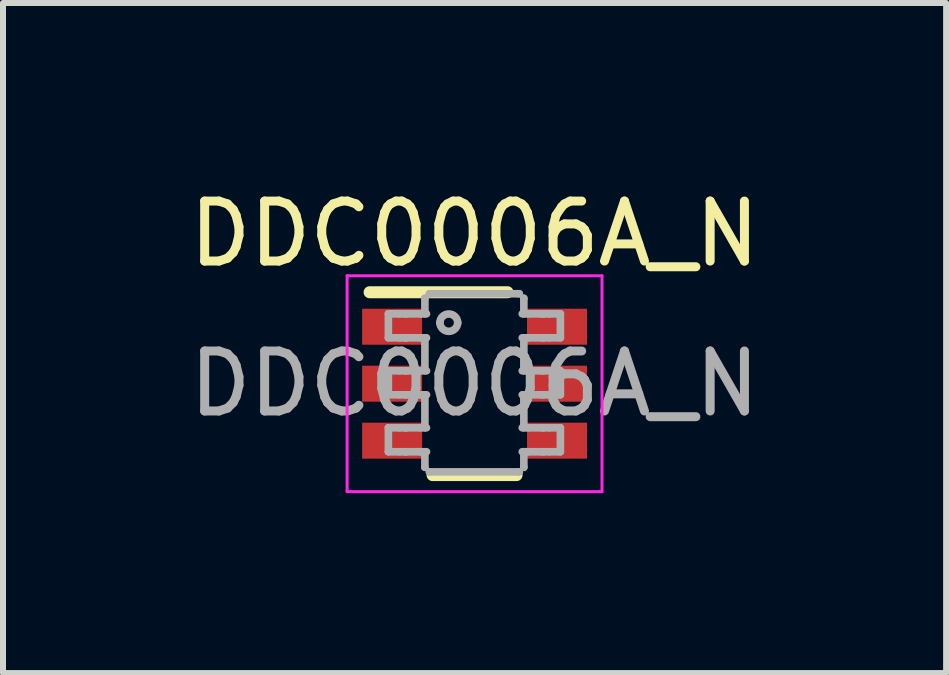
<source format=kicad_pcb>
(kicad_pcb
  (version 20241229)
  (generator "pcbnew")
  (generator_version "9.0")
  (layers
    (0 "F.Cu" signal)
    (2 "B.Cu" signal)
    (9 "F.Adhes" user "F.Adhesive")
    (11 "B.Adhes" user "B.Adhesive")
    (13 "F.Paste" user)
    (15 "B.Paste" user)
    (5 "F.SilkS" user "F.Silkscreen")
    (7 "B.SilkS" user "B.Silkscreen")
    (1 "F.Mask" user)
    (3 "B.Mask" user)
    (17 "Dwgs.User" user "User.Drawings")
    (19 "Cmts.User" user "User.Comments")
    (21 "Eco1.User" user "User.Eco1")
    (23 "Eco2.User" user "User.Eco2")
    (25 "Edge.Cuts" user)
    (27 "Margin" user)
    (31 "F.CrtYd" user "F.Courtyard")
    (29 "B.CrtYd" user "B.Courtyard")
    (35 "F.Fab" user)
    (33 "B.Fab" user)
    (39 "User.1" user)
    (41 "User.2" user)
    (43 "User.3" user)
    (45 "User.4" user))
  (footprint "DDC0006A_N"
    (layer "F.Cu")
    (at 4.863 3.348)
    (property "Reference" "DDC0006A_N" (at 0 -2.5 0) (unlocked yes) (layer "F.SilkS") (effects (font (size 1 1) (thickness 0.15))))
    (attr smd)
    (fp_line (start -1.75 -1.525) (end 0.55 -1.525) (stroke (width 0.2) (type solid)) (layer "F.SilkS"))
    (fp_line (start -0.7 1.524) (end 0.7 1.524) (stroke (width 0.2) (type solid)) (layer "F.SilkS"))
    (fp_line (start -2.125 -1.8) (end 2.125 -1.8) (stroke (width 0.05) (type solid)) (layer "F.CrtYd"))
    (fp_line (start -2.125 1.8) (end -2.125 -1.8) (stroke (width 0.05) (type solid)) (layer "F.CrtYd"))
    (fp_line (start -2.125 1.8) (end 2.125 1.8) (stroke (width 0.05) (type solid)) (layer "F.CrtYd"))
    (fp_line (start 2.125 1.8) (end 2.125 -1.8) (stroke (width 0.05) (type solid)) (layer "F.CrtYd"))
    (fp_line (start -1.437 -1.165) (end -1.251 -1.165) (stroke (width 0.127) (type solid)) (layer "F.Fab"))
    (fp_line (start -1.437 -0.765) (end -1.437 -1.165) (stroke (width 0.127) (type solid)) (layer "F.Fab"))
    (fp_line (start -1.437 -0.765) (end -1.251 -0.765) (stroke (width 0.127) (type solid)) (layer "F.Fab"))
    (fp_line (start -1.437 -0.215) (end -1.251 -0.215) (stroke (width 0.127) (type solid)) (layer "F.Fab"))
    (fp_line (start -1.437 0.185) (end -1.437 -0.215) (stroke (width 0.127) (type solid)) (layer "F.Fab"))
    (fp_line (start -1.437 0.185) (end -1.251 0.185) (stroke (width 0.127) (type solid)) (layer "F.Fab"))
    (fp_line (start -1.437 0.735) (end -1.251 0.735) (stroke (width 0.127) (type solid)) (layer "F.Fab"))
    (fp_line (start -1.437 1.135) (end -1.437 0.735) (stroke (width 0.127) (type solid)) (layer "F.Fab"))
    (fp_line (start -1.437 1.135) (end -1.251 1.135) (stroke (width 0.127) (type solid)) (layer "F.Fab"))
    (fp_line (start -1.251 -1.165) (end -1.159 -1.165) (stroke (width 0.127) (type solid)) (layer "F.Fab"))
    (fp_line (start -1.251 -0.765) (end -1.159 -0.765) (stroke (width 0.127) (type solid)) (layer "F.Fab"))
    (fp_line (start -1.251 -0.215) (end -1.159 -0.215) (stroke (width 0.127) (type solid)) (layer "F.Fab"))
    (fp_line (start -1.251 0.185) (end -1.159 0.185) (stroke (width 0.127) (type solid)) (layer "F.Fab"))
    (fp_line (start -1.251 0.735) (end -1.159 0.735) (stroke (width 0.127) (type solid)) (layer "F.Fab"))
    (fp_line (start -1.251 1.135) (end -1.159 1.135) (stroke (width 0.127) (type solid)) (layer "F.Fab"))
    (fp_line (start -1.159 -1.165) (end -1.128 -1.165) (stroke (width 0.127) (type solid)) (layer "F.Fab"))
    (fp_line (start -1.159 -0.765) (end -1.128 -0.765) (stroke (width 0.127) (type solid)) (layer "F.Fab"))
    (fp_line (start -1.159 -0.215) (end -1.128 -0.215) (stroke (width 0.127) (type solid)) (layer "F.Fab"))
    (fp_line (start -1.159 0.185) (end -1.128 0.185) (stroke (width 0.127) (type solid)) (layer "F.Fab"))
    (fp_line (start -1.159 0.735) (end -1.128 0.735) (stroke (width 0.127) (type solid)) (layer "F.Fab"))
    (fp_line (start -1.159 1.135) (end -1.128 1.135) (stroke (width 0.127) (type solid)) (layer "F.Fab"))
    (fp_line (start -1.128 -1.165) (end -0.903 -1.165) (stroke (width 0.127) (type solid)) (layer "F.Fab"))
    (fp_line (start -1.128 -0.765) (end -0.903 -0.765) (stroke (width 0.127) (type solid)) (layer "F.Fab"))
    (fp_line (start -1.128 -0.215) (end -0.903 -0.215) (stroke (width 0.127) (type solid)) (layer "F.Fab"))
    (fp_line (start -1.128 0.185) (end -0.903 0.185) (stroke (width 0.127) (type solid)) (layer "F.Fab"))
    (fp_line (start -1.128 0.735) (end -0.903 0.735) (stroke (width 0.127) (type solid)) (layer "F.Fab"))
    (fp_line (start -1.128 1.135) (end -0.903 1.135) (stroke (width 0.127) (type solid)) (layer "F.Fab"))
    (fp_line (start -0.903 -1.165) (end -0.801 -1.165) (stroke (width 0.127) (type solid)) (layer "F.Fab"))
    (fp_line (start -0.903 -0.765) (end -0.801 -0.765) (stroke (width 0.127) (type solid)) (layer "F.Fab"))
    (fp_line (start -0.903 -0.215) (end -0.801 -0.215) (stroke (width 0.127) (type solid)) (layer "F.Fab"))
    (fp_line (start -0.903 0.185) (end -0.801 0.185) (stroke (width 0.127) (type solid)) (layer "F.Fab"))
    (fp_line (start -0.903 0.735) (end -0.801 0.735) (stroke (width 0.127) (type solid)) (layer "F.Fab"))
    (fp_line (start -0.903 1.135) (end -0.801 1.135) (stroke (width 0.127) (type solid)) (layer "F.Fab"))
    (fp_line (start -0.828 -1.422) (end -0.828 -1.426) (stroke (width 0.127) (type solid)) (layer "F.Fab"))
    (fp_line (start -0.828 -1.165) (end -0.828 -1.422) (stroke (width 0.127) (type solid)) (layer "F.Fab"))
    (fp_line (start -0.828 -0.215) (end -0.828 -0.765) (stroke (width 0.127) (type solid)) (layer "F.Fab"))
    (fp_line (start -0.828 0.735) (end -0.828 0.185) (stroke (width 0.127) (type solid)) (layer "F.Fab"))
    (fp_line (start -0.828 1.392) (end -0.828 1.135) (stroke (width 0.127) (type solid)) (layer "F.Fab"))
    (fp_line (start -0.828 1.395) (end -0.828 1.392) (stroke (width 0.127) (type solid)) (layer "F.Fab"))
    (fp_line (start -0.754 -1.5) (end -0.75 -1.5) (stroke (width 0.127) (type solid)) (layer "F.Fab"))
    (fp_line (start -0.754 1.47) (end -0.75 1.47) (stroke (width 0.127) (type solid)) (layer "F.Fab"))
    (fp_line (start -0.75 -1.5) (end 0.743 -1.5) (stroke (width 0.127) (type solid)) (layer "F.Fab"))
    (fp_line (start -0.75 1.47) (end 0.743 1.47) (stroke (width 0.127) (type solid)) (layer "F.Fab"))
    (fp_line (start 0.743 -1.5) (end 0.747 -1.5) (stroke (width 0.127) (type solid)) (layer "F.Fab"))
    (fp_line (start 0.743 1.47) (end 0.747 1.47) (stroke (width 0.127) (type solid)) (layer "F.Fab"))
    (fp_line (start 0.795 -1.165) (end 0.896 -1.165) (stroke (width 0.127) (type solid)) (layer "F.Fab"))
    (fp_line (start 0.795 -0.765) (end 0.896 -0.765) (stroke (width 0.127) (type solid)) (layer "F.Fab"))
    (fp_line (start 0.795 -0.215) (end 0.896 -0.215) (stroke (width 0.127) (type solid)) (layer "F.Fab"))
    (fp_line (start 0.795 0.185) (end 0.896 0.185) (stroke (width 0.127) (type solid)) (layer "F.Fab"))
    (fp_line (start 0.795 0.735) (end 0.896 0.735) (stroke (width 0.127) (type solid)) (layer "F.Fab"))
    (fp_line (start 0.795 1.135) (end 0.896 1.135) (stroke (width 0.127) (type solid)) (layer "F.Fab"))
    (fp_line (start 0.822 -1.422) (end 0.822 -1.426) (stroke (width 0.127) (type solid)) (layer "F.Fab"))
    (fp_line (start 0.822 -1.165) (end 0.822 -1.422) (stroke (width 0.127) (type solid)) (layer "F.Fab"))
    (fp_line (start 0.822 -0.215) (end 0.822 -0.765) (stroke (width 0.127) (type solid)) (layer "F.Fab"))
    (fp_line (start 0.822 0.735) (end 0.822 0.185) (stroke (width 0.127) (type solid)) (layer "F.Fab"))
    (fp_line (start 0.822 1.392) (end 0.822 1.135) (stroke (width 0.127) (type solid)) (layer "F.Fab"))
    (fp_line (start 0.822 1.395) (end 0.822 1.392) (stroke (width 0.127) (type solid)) (layer "F.Fab"))
    (fp_line (start 0.896 -1.165) (end 1.122 -1.165) (stroke (width 0.127) (type solid)) (layer "F.Fab"))
    (fp_line (start 0.896 -0.765) (end 1.122 -0.765) (stroke (width 0.127) (type solid)) (layer "F.Fab"))
    (fp_line (start 0.896 -0.215) (end 1.122 -0.215) (stroke (width 0.127) (type solid)) (layer "F.Fab"))
    (fp_line (start 0.896 0.185) (end 1.122 0.185) (stroke (width 0.127) (type solid)) (layer "F.Fab"))
    (fp_line (start 0.896 0.735) (end 1.122 0.735) (stroke (width 0.127) (type solid)) (layer "F.Fab"))
    (fp_line (start 0.896 1.135) (end 1.122 1.135) (stroke (width 0.127) (type solid)) (layer "F.Fab"))
    (fp_line (start 1.122 -1.165) (end 1.152 -1.165) (stroke (width 0.127) (type solid)) (layer "F.Fab"))
    (fp_line (start 1.122 -0.765) (end 1.152 -0.765) (stroke (width 0.127) (type solid)) (layer "F.Fab"))
    (fp_line (start 1.122 -0.215) (end 1.152 -0.215) (stroke (width 0.127) (type solid)) (layer "F.Fab"))
    (fp_line (start 1.122 0.185) (end 1.152 0.185) (stroke (width 0.127) (type solid)) (layer "F.Fab"))
    (fp_line (start 1.122 0.735) (end 1.152 0.735) (stroke (width 0.127) (type solid)) (layer "F.Fab"))
    (fp_line (start 1.122 1.135) (end 1.152 1.135) (stroke (width 0.127) (type solid)) (layer "F.Fab"))
    (fp_line (start 1.152 -1.165) (end 1.245 -1.165) (stroke (width 0.127) (type solid)) (layer "F.Fab"))
    (fp_line (start 1.152 -0.765) (end 1.245 -0.765) (stroke (width 0.127) (type solid)) (layer "F.Fab"))
    (fp_line (start 1.152 -0.215) (end 1.245 -0.215) (stroke (width 0.127) (type solid)) (layer "F.Fab"))
    (fp_line (start 1.152 0.185) (end 1.245 0.185) (stroke (width 0.127) (type solid)) (layer "F.Fab"))
    (fp_line (start 1.152 0.735) (end 1.245 0.735) (stroke (width 0.127) (type solid)) (layer "F.Fab"))
    (fp_line (start 1.152 1.135) (end 1.245 1.135) (stroke (width 0.127) (type solid)) (layer "F.Fab"))
    (fp_line (start 1.245 -1.165) (end 1.431 -1.165) (stroke (width 0.127) (type solid)) (layer "F.Fab"))
    (fp_line (start 1.245 -0.765) (end 1.431 -0.765) (stroke (width 0.127) (type solid)) (layer "F.Fab"))
    (fp_line (start 1.245 -0.215) (end 1.431 -0.215) (stroke (width 0.127) (type solid)) (layer "F.Fab"))
    (fp_line (start 1.245 0.185) (end 1.431 0.185) (stroke (width 0.127) (type solid)) (layer "F.Fab"))
    (fp_line (start 1.245 0.735) (end 1.431 0.735) (stroke (width 0.127) (type solid)) (layer "F.Fab"))
    (fp_line (start 1.245 1.135) (end 1.431 1.135) (stroke (width 0.127) (type solid)) (layer "F.Fab"))
    (fp_line (start 1.431 -0.765) (end 1.431 -1.165) (stroke (width 0.127) (type solid)) (layer "F.Fab"))
    (fp_line (start 1.431 0.185) (end 1.431 -0.215) (stroke (width 0.127) (type solid)) (layer "F.Fab"))
    (fp_line (start 1.431 1.135) (end 1.431 0.735) (stroke (width 0.127) (type solid)) (layer "F.Fab"))
    (fp_arc (start -0.578322 -1.017679) (mid -0.429542 -1.166459) (end -0.280761 -1.017679) (stroke (width 0.127) (type solid)) (layer "F.Fab"))
    (fp_arc (start -0.280761 -1.017679) (mid -0.429542 -0.868898) (end -0.578322 -1.017679) (stroke (width 0.127) (type solid)) (layer "F.Fab"))
    (fp_text user "${REFERENCE}" (at 0 0 0) (unlocked yes) (layer "F.Fab") (effects (font (size 1 1) (thickness 0.15))))
    (pad "1" smd rect (at -1.375 -0.95 90) (size 0.6 1) (layers "F.Cu" "F.Mask" "F.Paste"))
    (pad "2" smd rect (at -1.375 0 90) (size 0.6 1) (layers "F.Cu" "F.Mask" "F.Paste"))
    (pad "3" smd rect (at -1.375 0.95 90) (size 0.6 1) (layers "F.Cu" "F.Mask" "F.Paste"))
    (pad "4" smd rect (at 1.375 0.95 90) (size 0.6 1) (layers "F.Cu" "F.Mask" "F.Paste"))
    (pad "5" smd rect (at 1.375 0 90) (size 0.6 1) (layers "F.Cu" "F.Mask" "F.Paste"))
    (pad "6" smd rect (at 1.375 -0.95 90) (size 0.6 1) (layers "F.Cu" "F.Mask" "F.Paste")))
  (gr_rect
    (start -3 -3)
    (end 12.726 8.173)
    (stroke (width 0.1) (type default))
    (fill no)
    (layer "Edge.Cuts")))
</source>
